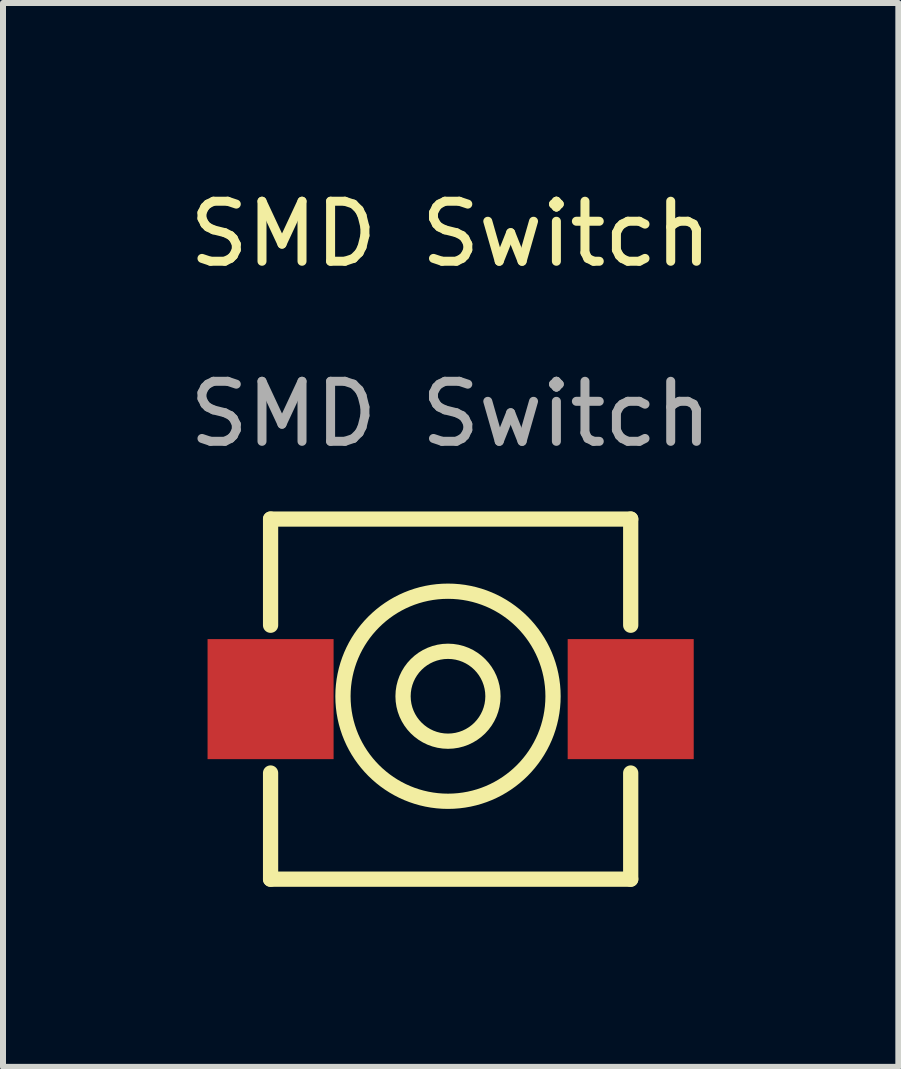
<source format=kicad_pcb>
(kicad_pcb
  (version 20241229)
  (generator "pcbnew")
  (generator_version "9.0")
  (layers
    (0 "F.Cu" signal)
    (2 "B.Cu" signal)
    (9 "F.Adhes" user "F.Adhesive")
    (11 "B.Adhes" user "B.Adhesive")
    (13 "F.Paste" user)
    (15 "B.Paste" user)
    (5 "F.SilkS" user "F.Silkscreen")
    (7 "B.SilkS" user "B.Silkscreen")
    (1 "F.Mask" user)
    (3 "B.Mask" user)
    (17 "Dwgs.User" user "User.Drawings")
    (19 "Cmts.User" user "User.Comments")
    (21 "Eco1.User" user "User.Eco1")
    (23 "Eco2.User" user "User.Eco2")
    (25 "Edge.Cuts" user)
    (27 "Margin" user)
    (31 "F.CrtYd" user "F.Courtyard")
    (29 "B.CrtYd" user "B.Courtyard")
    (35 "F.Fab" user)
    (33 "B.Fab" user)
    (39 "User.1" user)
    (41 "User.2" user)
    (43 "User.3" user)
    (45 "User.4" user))
  (footprint "SMD Switch"
    (layer "F.Cu")
    (at 4.458 8.598)
    (property "Reference" "SMD Switch" (at 0 -7.75 0) (unlocked yes) (layer "F.SilkS") (effects (font (size 1 1) (thickness 0.15))))
    (attr smd)
    (fp_line (start -3 -3) (end -3 -1.231) (stroke (width 0.254) (type solid)) (layer "F.SilkS"))
    (fp_line (start -3 1.231) (end -3 3) (stroke (width 0.254) (type solid)) (layer "F.SilkS"))
    (fp_line (start -3 3) (end 3 3) (stroke (width 0.254) (type solid)) (layer "F.SilkS"))
    (fp_line (start 3 -3) (end -3 -3) (stroke (width 0.254) (type solid)) (layer "F.SilkS"))
    (fp_line (start 3 -1.231) (end 3 -3) (stroke (width 0.254) (type solid)) (layer "F.SilkS"))
    (fp_line (start 3 3) (end 3 1.231) (stroke (width 0.254) (type solid)) (layer "F.SilkS"))
    (fp_circle (center -0.044 -0.048) (end 0.705 -0.048) (stroke (width 0.254) (type solid)) (fill no) (layer "F.SilkS"))
    (fp_circle (center -0.044 -0.048) (end 1.706 -0.048) (stroke (width 0.254) (type solid)) (fill no) (layer "F.SilkS"))
    (fp_text user "${REFERENCE}" (at 0 -4.75 0) (unlocked yes) (layer "F.Fab") (effects (font (size 1 1) (thickness 0.15))))
    (pad "1" smd rect (at -3 0) (size 2.1 2) (layers "F.Cu" "F.Mask" "F.Paste"))
    (pad "2" smd rect (at 3 0) (size 2.1 2) (layers "F.Cu" "F.Mask" "F.Paste")))
  (gr_rect
    (start -3 -3)
    (end 11.917 14.725)
    (stroke (width 0.1) (type default))
    (fill no)
    (layer "Edge.Cuts")))
</source>
